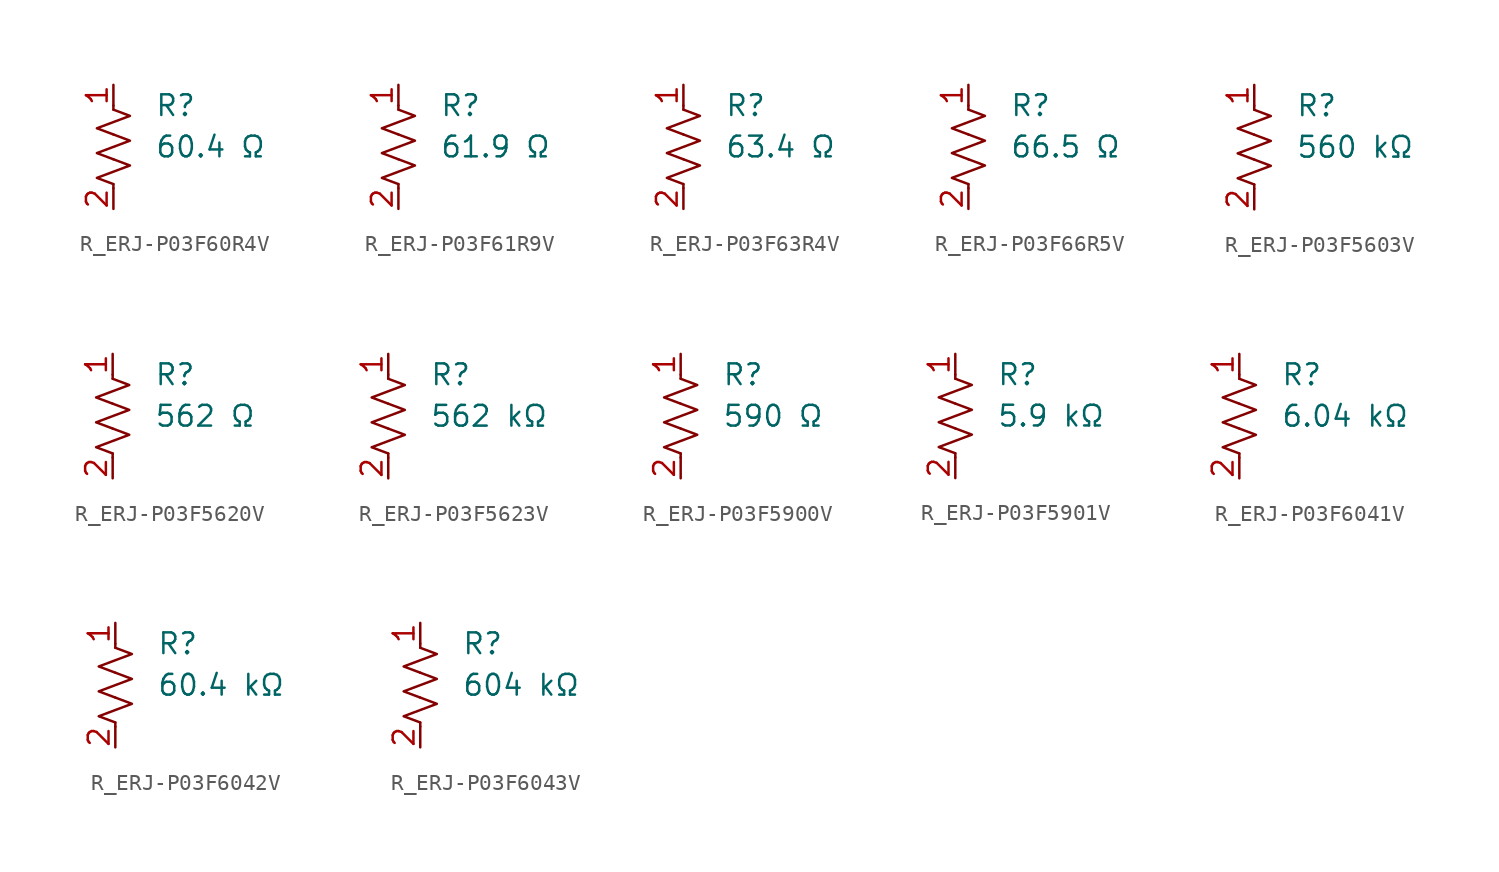
<source format=kicad_sym>
(kicad_symbol_lib
  (version 20231120)
  (generator "kicad_symbol_editor")
  (generator_version "8.0")
  (symbol "R_ERJ-P03F60R4V"
    (pin_names
      (offset 0.254))
    (property "Value" "60.4 Ω"
      (at 2.54 0 0)
      (effects (font (size 1.27 1.27)) (justify left)))
    (property "Reference" "R"
      (at 2.54 2.54 0)
      (effects (font (size 1.27 1.27)) (justify left)))
    (symbol "R_ERJ-P03F60R4V_0_1"
      (polyline (pts (xy 0 -2.286) (xy 0 -2.54)) (stroke (width 0) (type default)) (fill (type none)))
      (polyline (pts (xy 0 2.286) (xy 0 2.54)) (stroke (width 0) (type default)) (fill (type none)))
      (polyline (pts (xy 0 -0.762) (xy 1.016 -1.143) (xy 0 -1.524) (xy -1.016 -1.905) (xy 0 -2.286)) (stroke (width 0) (type default)) (fill (type none)))
      (polyline (pts (xy 0 0.762) (xy 1.016 0.381) (xy 0 0) (xy -1.016 -0.381) (xy 0 -0.762)) (stroke (width 0) (type default)) (fill (type none)))
      (polyline (pts (xy 0 2.286) (xy 1.016 1.905) (xy 0 1.524) (xy -1.016 1.143) (xy 0 0.762)) (stroke (width 0) (type default)) (fill (type none))))
    (symbol "R_ERJ-P03F60R4V_1_1"
      (pin passive line (at 0 3.81 270) (length 1.27) (name "~" (effects (font (size 1.27 1.27)))) (number "1" (effects (font (size 1.27 1.27)))))
      (pin passive line (at 0 -3.81 90) (length 1.27) (name "~" (effects (font (size 1.27 1.27)))) (number "2" (effects (font (size 1.27 1.27)))))))
  (symbol "R_ERJ-P03F61R9V"
    (pin_names
      (offset 0.254))
    (property "Value" "61.9 Ω"
      (at 2.54 0 0)
      (effects (font (size 1.27 1.27)) (justify left)))
    (property "Reference" "R"
      (at 2.54 2.54 0)
      (effects (font (size 1.27 1.27)) (justify left)))
    (symbol "R_ERJ-P03F61R9V_0_1"
      (polyline (pts (xy 0 -2.286) (xy 0 -2.54)) (stroke (width 0) (type default)) (fill (type none)))
      (polyline (pts (xy 0 2.286) (xy 0 2.54)) (stroke (width 0) (type default)) (fill (type none)))
      (polyline (pts (xy 0 -0.762) (xy 1.016 -1.143) (xy 0 -1.524) (xy -1.016 -1.905) (xy 0 -2.286)) (stroke (width 0) (type default)) (fill (type none)))
      (polyline (pts (xy 0 0.762) (xy 1.016 0.381) (xy 0 0) (xy -1.016 -0.381) (xy 0 -0.762)) (stroke (width 0) (type default)) (fill (type none)))
      (polyline (pts (xy 0 2.286) (xy 1.016 1.905) (xy 0 1.524) (xy -1.016 1.143) (xy 0 0.762)) (stroke (width 0) (type default)) (fill (type none))))
    (symbol "R_ERJ-P03F61R9V_1_1"
      (pin passive line (at 0 3.81 270) (length 1.27) (name "~" (effects (font (size 1.27 1.27)))) (number "1" (effects (font (size 1.27 1.27)))))
      (pin passive line (at 0 -3.81 90) (length 1.27) (name "~" (effects (font (size 1.27 1.27)))) (number "2" (effects (font (size 1.27 1.27)))))))
  (symbol "R_ERJ-P03F63R4V"
    (pin_names
      (offset 0.254))
    (property "Value" "63.4 Ω"
      (at 2.54 0 0)
      (effects (font (size 1.27 1.27)) (justify left)))
    (property "Reference" "R"
      (at 2.54 2.54 0)
      (effects (font (size 1.27 1.27)) (justify left)))
    (symbol "R_ERJ-P03F63R4V_0_1"
      (polyline (pts (xy 0 -2.286) (xy 0 -2.54)) (stroke (width 0) (type default)) (fill (type none)))
      (polyline (pts (xy 0 2.286) (xy 0 2.54)) (stroke (width 0) (type default)) (fill (type none)))
      (polyline (pts (xy 0 -0.762) (xy 1.016 -1.143) (xy 0 -1.524) (xy -1.016 -1.905) (xy 0 -2.286)) (stroke (width 0) (type default)) (fill (type none)))
      (polyline (pts (xy 0 0.762) (xy 1.016 0.381) (xy 0 0) (xy -1.016 -0.381) (xy 0 -0.762)) (stroke (width 0) (type default)) (fill (type none)))
      (polyline (pts (xy 0 2.286) (xy 1.016 1.905) (xy 0 1.524) (xy -1.016 1.143) (xy 0 0.762)) (stroke (width 0) (type default)) (fill (type none))))
    (symbol "R_ERJ-P03F63R4V_1_1"
      (pin passive line (at 0 3.81 270) (length 1.27) (name "~" (effects (font (size 1.27 1.27)))) (number "1" (effects (font (size 1.27 1.27)))))
      (pin passive line (at 0 -3.81 90) (length 1.27) (name "~" (effects (font (size 1.27 1.27)))) (number "2" (effects (font (size 1.27 1.27)))))))
  (symbol "R_ERJ-P03F66R5V"
    (pin_names
      (offset 0.254))
    (property "Value" "66.5 Ω"
      (at 2.54 0 0)
      (effects (font (size 1.27 1.27)) (justify left)))
    (property "Reference" "R"
      (at 2.54 2.54 0)
      (effects (font (size 1.27 1.27)) (justify left)))
    (symbol "R_ERJ-P03F66R5V_0_1"
      (polyline (pts (xy 0 -2.286) (xy 0 -2.54)) (stroke (width 0) (type default)) (fill (type none)))
      (polyline (pts (xy 0 2.286) (xy 0 2.54)) (stroke (width 0) (type default)) (fill (type none)))
      (polyline (pts (xy 0 -0.762) (xy 1.016 -1.143) (xy 0 -1.524) (xy -1.016 -1.905) (xy 0 -2.286)) (stroke (width 0) (type default)) (fill (type none)))
      (polyline (pts (xy 0 0.762) (xy 1.016 0.381) (xy 0 0) (xy -1.016 -0.381) (xy 0 -0.762)) (stroke (width 0) (type default)) (fill (type none)))
      (polyline (pts (xy 0 2.286) (xy 1.016 1.905) (xy 0 1.524) (xy -1.016 1.143) (xy 0 0.762)) (stroke (width 0) (type default)) (fill (type none))))
    (symbol "R_ERJ-P03F66R5V_1_1"
      (pin passive line (at 0 3.81 270) (length 1.27) (name "~" (effects (font (size 1.27 1.27)))) (number "1" (effects (font (size 1.27 1.27)))))
      (pin passive line (at 0 -3.81 90) (length 1.27) (name "~" (effects (font (size 1.27 1.27)))) (number "2" (effects (font (size 1.27 1.27)))))))
  (symbol "R_ERJ-P03F5603V"
    (pin_names
      (offset 0.254))
    (property "Value" "560 kΩ"
      (at 2.54 0 0)
      (effects (font (size 1.27 1.27)) (justify left)))
    (property "Reference" "R"
      (at 2.54 2.54 0)
      (effects (font (size 1.27 1.27)) (justify left)))
    (symbol "R_ERJ-P03F5603V_0_1"
      (polyline (pts (xy 0 -2.286) (xy 0 -2.54)) (stroke (width 0) (type default)) (fill (type none)))
      (polyline (pts (xy 0 2.286) (xy 0 2.54)) (stroke (width 0) (type default)) (fill (type none)))
      (polyline (pts (xy 0 -0.762) (xy 1.016 -1.143) (xy 0 -1.524) (xy -1.016 -1.905) (xy 0 -2.286)) (stroke (width 0) (type default)) (fill (type none)))
      (polyline (pts (xy 0 0.762) (xy 1.016 0.381) (xy 0 0) (xy -1.016 -0.381) (xy 0 -0.762)) (stroke (width 0) (type default)) (fill (type none)))
      (polyline (pts (xy 0 2.286) (xy 1.016 1.905) (xy 0 1.524) (xy -1.016 1.143) (xy 0 0.762)) (stroke (width 0) (type default)) (fill (type none))))
    (symbol "R_ERJ-P03F5603V_1_1"
      (pin passive line (at 0 3.81 270) (length 1.27) (name "~" (effects (font (size 1.27 1.27)))) (number "1" (effects (font (size 1.27 1.27)))))
      (pin passive line (at 0 -3.81 90) (length 1.27) (name "~" (effects (font (size 1.27 1.27)))) (number "2" (effects (font (size 1.27 1.27)))))))
  (symbol "R_ERJ-P03F5620V"
    (pin_names
      (offset 0.254))
    (property "Value" "562 Ω"
      (at 2.54 0 0)
      (effects (font (size 1.27 1.27)) (justify left)))
    (property "Reference" "R"
      (at 2.54 2.54 0)
      (effects (font (size 1.27 1.27)) (justify left)))
    (symbol "R_ERJ-P03F5620V_0_1"
      (polyline (pts (xy 0 -2.286) (xy 0 -2.54)) (stroke (width 0) (type default)) (fill (type none)))
      (polyline (pts (xy 0 2.286) (xy 0 2.54)) (stroke (width 0) (type default)) (fill (type none)))
      (polyline (pts (xy 0 -0.762) (xy 1.016 -1.143) (xy 0 -1.524) (xy -1.016 -1.905) (xy 0 -2.286)) (stroke (width 0) (type default)) (fill (type none)))
      (polyline (pts (xy 0 0.762) (xy 1.016 0.381) (xy 0 0) (xy -1.016 -0.381) (xy 0 -0.762)) (stroke (width 0) (type default)) (fill (type none)))
      (polyline (pts (xy 0 2.286) (xy 1.016 1.905) (xy 0 1.524) (xy -1.016 1.143) (xy 0 0.762)) (stroke (width 0) (type default)) (fill (type none))))
    (symbol "R_ERJ-P03F5620V_1_1"
      (pin passive line (at 0 3.81 270) (length 1.27) (name "~" (effects (font (size 1.27 1.27)))) (number "1" (effects (font (size 1.27 1.27)))))
      (pin passive line (at 0 -3.81 90) (length 1.27) (name "~" (effects (font (size 1.27 1.27)))) (number "2" (effects (font (size 1.27 1.27)))))))
  (symbol "R_ERJ-P03F5623V"
    (pin_names
      (offset 0.254))
    (property "Value" "562 kΩ"
      (at 2.54 0 0)
      (effects (font (size 1.27 1.27)) (justify left)))
    (property "Reference" "R"
      (at 2.54 2.54 0)
      (effects (font (size 1.27 1.27)) (justify left)))
    (symbol "R_ERJ-P03F5623V_0_1"
      (polyline (pts (xy 0 -2.286) (xy 0 -2.54)) (stroke (width 0) (type default)) (fill (type none)))
      (polyline (pts (xy 0 2.286) (xy 0 2.54)) (stroke (width 0) (type default)) (fill (type none)))
      (polyline (pts (xy 0 -0.762) (xy 1.016 -1.143) (xy 0 -1.524) (xy -1.016 -1.905) (xy 0 -2.286)) (stroke (width 0) (type default)) (fill (type none)))
      (polyline (pts (xy 0 0.762) (xy 1.016 0.381) (xy 0 0) (xy -1.016 -0.381) (xy 0 -0.762)) (stroke (width 0) (type default)) (fill (type none)))
      (polyline (pts (xy 0 2.286) (xy 1.016 1.905) (xy 0 1.524) (xy -1.016 1.143) (xy 0 0.762)) (stroke (width 0) (type default)) (fill (type none))))
    (symbol "R_ERJ-P03F5623V_1_1"
      (pin passive line (at 0 3.81 270) (length 1.27) (name "~" (effects (font (size 1.27 1.27)))) (number "1" (effects (font (size 1.27 1.27)))))
      (pin passive line (at 0 -3.81 90) (length 1.27) (name "~" (effects (font (size 1.27 1.27)))) (number "2" (effects (font (size 1.27 1.27)))))))
  (symbol "R_ERJ-P03F5900V"
    (pin_names
      (offset 0.254))
    (property "Value" "590 Ω"
      (at 2.54 0 0)
      (effects (font (size 1.27 1.27)) (justify left)))
    (property "Reference" "R"
      (at 2.54 2.54 0)
      (effects (font (size 1.27 1.27)) (justify left)))
    (symbol "R_ERJ-P03F5900V_0_1"
      (polyline (pts (xy 0 -2.286) (xy 0 -2.54)) (stroke (width 0) (type default)) (fill (type none)))
      (polyline (pts (xy 0 2.286) (xy 0 2.54)) (stroke (width 0) (type default)) (fill (type none)))
      (polyline (pts (xy 0 -0.762) (xy 1.016 -1.143) (xy 0 -1.524) (xy -1.016 -1.905) (xy 0 -2.286)) (stroke (width 0) (type default)) (fill (type none)))
      (polyline (pts (xy 0 0.762) (xy 1.016 0.381) (xy 0 0) (xy -1.016 -0.381) (xy 0 -0.762)) (stroke (width 0) (type default)) (fill (type none)))
      (polyline (pts (xy 0 2.286) (xy 1.016 1.905) (xy 0 1.524) (xy -1.016 1.143) (xy 0 0.762)) (stroke (width 0) (type default)) (fill (type none))))
    (symbol "R_ERJ-P03F5900V_1_1"
      (pin passive line (at 0 3.81 270) (length 1.27) (name "~" (effects (font (size 1.27 1.27)))) (number "1" (effects (font (size 1.27 1.27)))))
      (pin passive line (at 0 -3.81 90) (length 1.27) (name "~" (effects (font (size 1.27 1.27)))) (number "2" (effects (font (size 1.27 1.27)))))))
  (symbol "R_ERJ-P03F5901V"
    (pin_names
      (offset 0.254))
    (property "Value" "5.9 kΩ"
      (at 2.54 0 0)
      (effects (font (size 1.27 1.27)) (justify left)))
    (property "Reference" "R"
      (at 2.54 2.54 0)
      (effects (font (size 1.27 1.27)) (justify left)))
    (symbol "R_ERJ-P03F5901V_0_1"
      (polyline (pts (xy 0 -2.286) (xy 0 -2.54)) (stroke (width 0) (type default)) (fill (type none)))
      (polyline (pts (xy 0 2.286) (xy 0 2.54)) (stroke (width 0) (type default)) (fill (type none)))
      (polyline (pts (xy 0 -0.762) (xy 1.016 -1.143) (xy 0 -1.524) (xy -1.016 -1.905) (xy 0 -2.286)) (stroke (width 0) (type default)) (fill (type none)))
      (polyline (pts (xy 0 0.762) (xy 1.016 0.381) (xy 0 0) (xy -1.016 -0.381) (xy 0 -0.762)) (stroke (width 0) (type default)) (fill (type none)))
      (polyline (pts (xy 0 2.286) (xy 1.016 1.905) (xy 0 1.524) (xy -1.016 1.143) (xy 0 0.762)) (stroke (width 0) (type default)) (fill (type none))))
    (symbol "R_ERJ-P03F5901V_1_1"
      (pin passive line (at 0 3.81 270) (length 1.27) (name "~" (effects (font (size 1.27 1.27)))) (number "1" (effects (font (size 1.27 1.27)))))
      (pin passive line (at 0 -3.81 90) (length 1.27) (name "~" (effects (font (size 1.27 1.27)))) (number "2" (effects (font (size 1.27 1.27)))))))
  (symbol "R_ERJ-P03F6041V"
    (pin_names
      (offset 0.254))
    (property "Value" "6.04 kΩ"
      (at 2.54 0 0)
      (effects (font (size 1.27 1.27)) (justify left)))
    (property "Reference" "R"
      (at 2.54 2.54 0)
      (effects (font (size 1.27 1.27)) (justify left)))
    (symbol "R_ERJ-P03F6041V_0_1"
      (polyline (pts (xy 0 -2.286) (xy 0 -2.54)) (stroke (width 0) (type default)) (fill (type none)))
      (polyline (pts (xy 0 2.286) (xy 0 2.54)) (stroke (width 0) (type default)) (fill (type none)))
      (polyline (pts (xy 0 -0.762) (xy 1.016 -1.143) (xy 0 -1.524) (xy -1.016 -1.905) (xy 0 -2.286)) (stroke (width 0) (type default)) (fill (type none)))
      (polyline (pts (xy 0 0.762) (xy 1.016 0.381) (xy 0 0) (xy -1.016 -0.381) (xy 0 -0.762)) (stroke (width 0) (type default)) (fill (type none)))
      (polyline (pts (xy 0 2.286) (xy 1.016 1.905) (xy 0 1.524) (xy -1.016 1.143) (xy 0 0.762)) (stroke (width 0) (type default)) (fill (type none))))
    (symbol "R_ERJ-P03F6041V_1_1"
      (pin passive line (at 0 3.81 270) (length 1.27) (name "~" (effects (font (size 1.27 1.27)))) (number "1" (effects (font (size 1.27 1.27)))))
      (pin passive line (at 0 -3.81 90) (length 1.27) (name "~" (effects (font (size 1.27 1.27)))) (number "2" (effects (font (size 1.27 1.27)))))))
  (symbol "R_ERJ-P03F6042V"
    (pin_names
      (offset 0.254))
    (property "Value" "60.4 kΩ"
      (at 2.54 0 0)
      (effects (font (size 1.27 1.27)) (justify left)))
    (property "Reference" "R"
      (at 2.54 2.54 0)
      (effects (font (size 1.27 1.27)) (justify left)))
    (symbol "R_ERJ-P03F6042V_0_1"
      (polyline (pts (xy 0 -2.286) (xy 0 -2.54)) (stroke (width 0) (type default)) (fill (type none)))
      (polyline (pts (xy 0 2.286) (xy 0 2.54)) (stroke (width 0) (type default)) (fill (type none)))
      (polyline (pts (xy 0 -0.762) (xy 1.016 -1.143) (xy 0 -1.524) (xy -1.016 -1.905) (xy 0 -2.286)) (stroke (width 0) (type default)) (fill (type none)))
      (polyline (pts (xy 0 0.762) (xy 1.016 0.381) (xy 0 0) (xy -1.016 -0.381) (xy 0 -0.762)) (stroke (width 0) (type default)) (fill (type none)))
      (polyline (pts (xy 0 2.286) (xy 1.016 1.905) (xy 0 1.524) (xy -1.016 1.143) (xy 0 0.762)) (stroke (width 0) (type default)) (fill (type none))))
    (symbol "R_ERJ-P03F6042V_1_1"
      (pin passive line (at 0 3.81 270) (length 1.27) (name "~" (effects (font (size 1.27 1.27)))) (number "1" (effects (font (size 1.27 1.27)))))
      (pin passive line (at 0 -3.81 90) (length 1.27) (name "~" (effects (font (size 1.27 1.27)))) (number "2" (effects (font (size 1.27 1.27)))))))
  (symbol "R_ERJ-P03F6043V"
    (pin_names
      (offset 0.254))
    (property "Value" "604 kΩ"
      (at 2.54 0 0)
      (effects (font (size 1.27 1.27)) (justify left)))
    (property "Reference" "R"
      (at 2.54 2.54 0)
      (effects (font (size 1.27 1.27)) (justify left)))
    (symbol "R_ERJ-P03F6043V_0_1"
      (polyline (pts (xy 0 -2.286) (xy 0 -2.54)) (stroke (width 0) (type default)) (fill (type none)))
      (polyline (pts (xy 0 2.286) (xy 0 2.54)) (stroke (width 0) (type default)) (fill (type none)))
      (polyline (pts (xy 0 -0.762) (xy 1.016 -1.143) (xy 0 -1.524) (xy -1.016 -1.905) (xy 0 -2.286)) (stroke (width 0) (type default)) (fill (type none)))
      (polyline (pts (xy 0 0.762) (xy 1.016 0.381) (xy 0 0) (xy -1.016 -0.381) (xy 0 -0.762)) (stroke (width 0) (type default)) (fill (type none)))
      (polyline (pts (xy 0 2.286) (xy 1.016 1.905) (xy 0 1.524) (xy -1.016 1.143) (xy 0 0.762)) (stroke (width 0) (type default)) (fill (type none))))
    (symbol "R_ERJ-P03F6043V_1_1"
      (pin passive line (at 0 3.81 270) (length 1.27) (name "~" (effects (font (size 1.27 1.27)))) (number "1" (effects (font (size 1.27 1.27)))))
      (pin passive line (at 0 -3.81 90) (length 1.27) (name "~" (effects (font (size 1.27 1.27)))) (number "2" (effects (font (size 1.27 1.27))))))))
</source>
